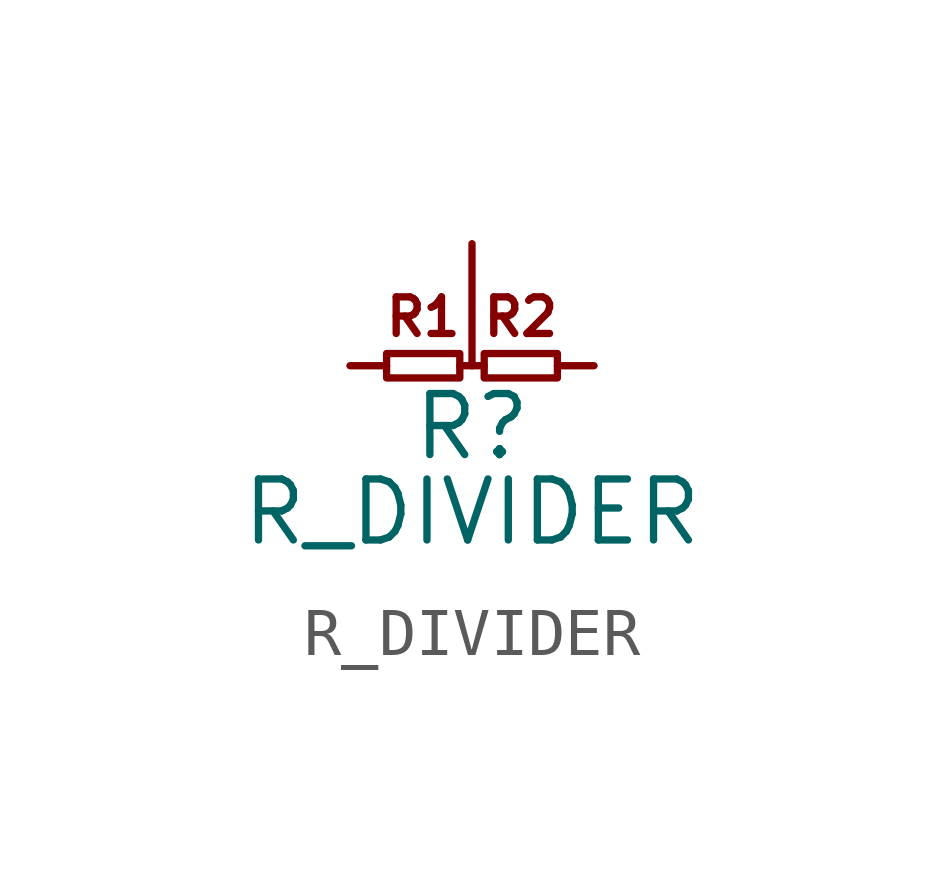
<source format=kicad_sym>
(kicad_symbol_lib
  (version 20211014)
  (generator kicad_symbol_editor)
  (symbol "R_DIVIDER"
    (pin_numbers hide)
    (pin_names
      (offset 1.016) hide)
    (property "Reference" "R"
      (at 0 -1.27 0)
      (effects (font (size 1.27 1.27))))
    (property "Value" "R_DIVIDER"
      (at 0 -3.048 0)
      (effects (font (size 1.27 1.27))))
    (symbol "R_DIVIDER_0_0"
      (text "R1" (at -1.016 1.016 0) (effects (font (size 0.762 0.762))))
      (text "R2" (at 1.016 1.016 0) (effects (font (size 0.762 0.762)))))
    (symbol "R_DIVIDER_0_1"
      (rectangle (start -1.778 0.254) (end -0.254 -0.254) (stroke (width 0) (type default) (color 0 0 0 0)) (fill (type none)))
      (polyline (pts (xy -0.254 0) (xy 0.254 0)) (stroke (width 0) (type default) (color 0 0 0 0)) (fill (type none)))
      (rectangle (start 0.254 0.254) (end 1.778 -0.254) (stroke (width 0) (type default) (color 0 0 0 0)) (fill (type none))))
    (symbol "R_DIVIDER_1_1"
      (pin passive line (at -2.54 0 0) (length 0.762) (name "~" (effects (font (size 1.27 1.27)))) (number "1" (effects (font (size 1.27 1.27)))))
      (pin passive line (at 2.54 0 180) (length 0.762) (name "~" (effects (font (size 1.27 1.27)))) (number "2" (effects (font (size 1.27 1.27)))))
      (pin passive line (at 0 2.54 270) (length 2.54) (name "~" (effects (font (size 1.27 1.27)))) (number "3" (effects (font (size 1.27 1.27))))))))
</source>
